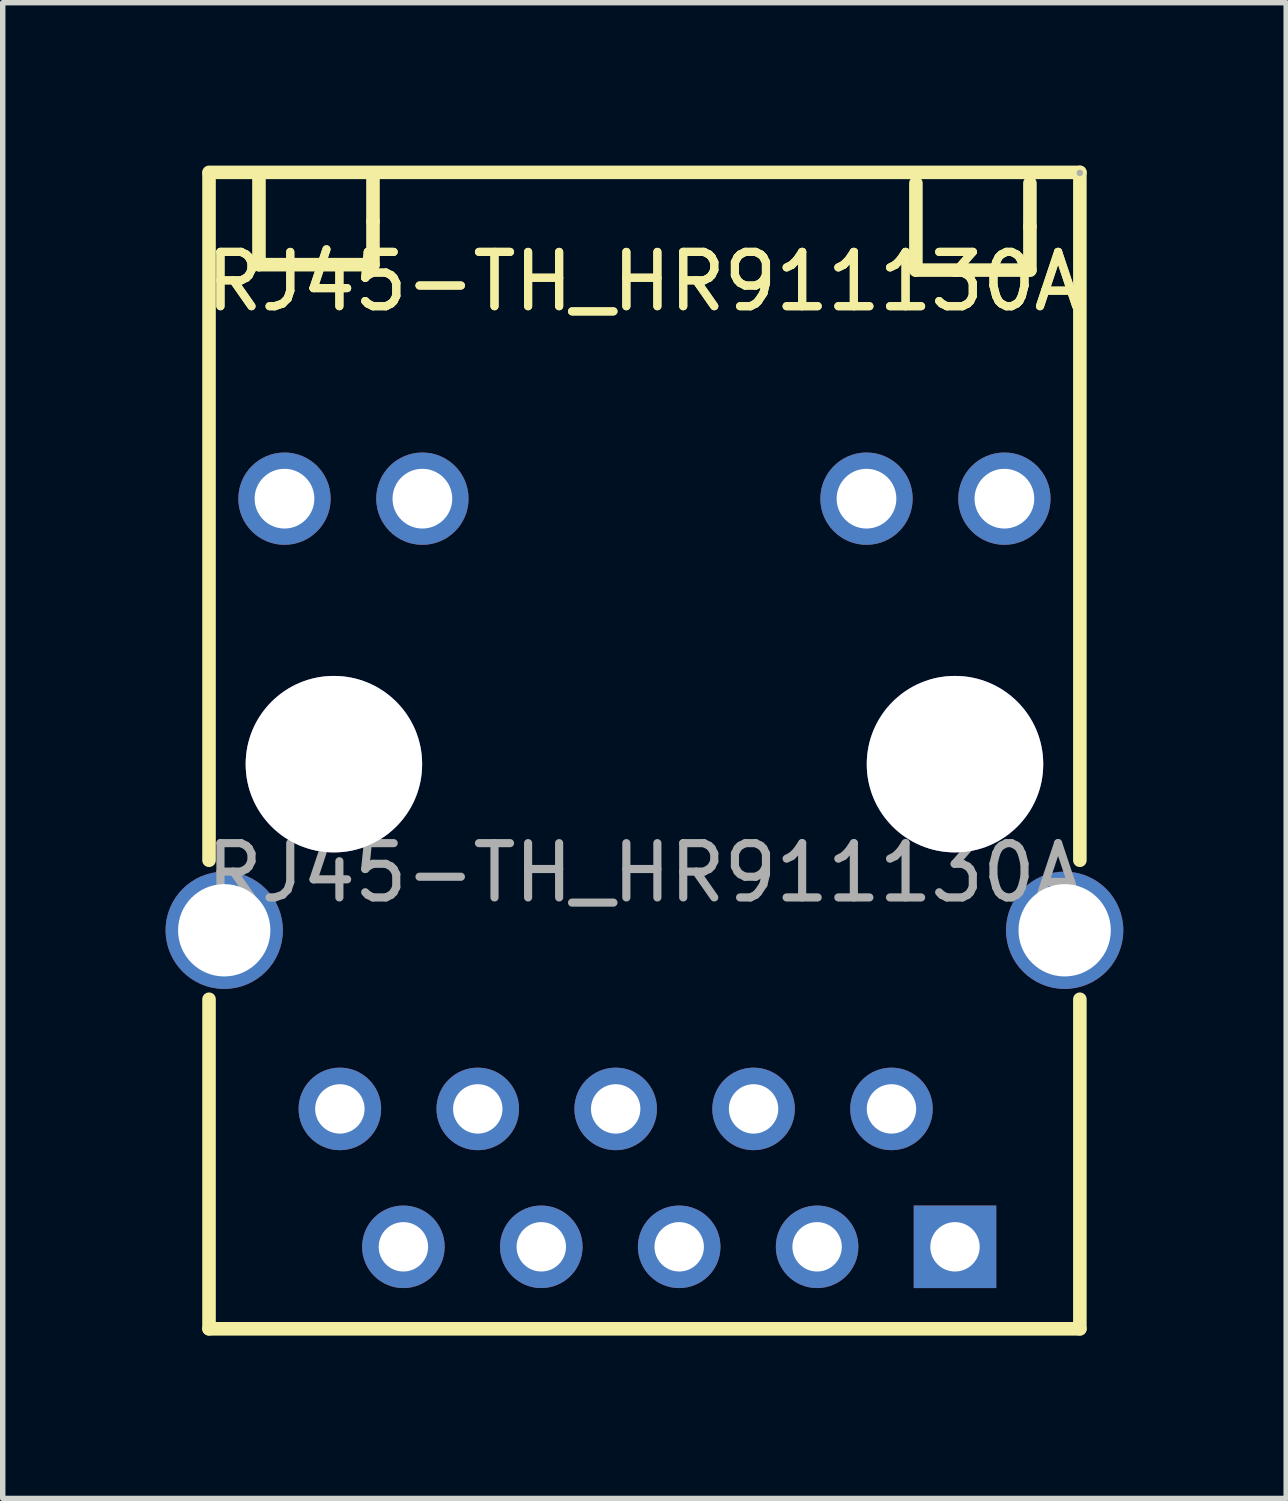
<source format=kicad_pcb>
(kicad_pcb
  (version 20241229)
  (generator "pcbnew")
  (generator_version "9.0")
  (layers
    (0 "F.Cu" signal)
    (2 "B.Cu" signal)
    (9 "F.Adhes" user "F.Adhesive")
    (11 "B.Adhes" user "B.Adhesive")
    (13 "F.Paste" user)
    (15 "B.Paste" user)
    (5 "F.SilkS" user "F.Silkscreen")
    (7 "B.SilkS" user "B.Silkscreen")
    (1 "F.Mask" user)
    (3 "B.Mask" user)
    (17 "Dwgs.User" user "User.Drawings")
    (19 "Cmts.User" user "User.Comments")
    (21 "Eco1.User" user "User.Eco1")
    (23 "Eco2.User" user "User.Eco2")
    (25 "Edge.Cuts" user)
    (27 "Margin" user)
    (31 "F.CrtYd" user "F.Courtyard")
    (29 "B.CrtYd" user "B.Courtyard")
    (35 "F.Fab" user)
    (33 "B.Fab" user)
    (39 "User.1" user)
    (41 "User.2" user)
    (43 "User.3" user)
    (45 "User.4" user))
  (footprint "RJ45-TH_HR911130A"
    (layer "F.Cu")
    (at 8.82 13.025)
    (property "Reference" "RJ45-TH_HR911130A" (at 0 -10.89 0) (layer "F.SilkS") (effects (font (size 1 1) (thickness 0.15))))
    (attr through_hole)
    (fp_line (start -8.02 -12.9) (end 8.02 -12.9) (stroke (width 0.25) (type solid)) (layer "F.SilkS"))
    (fp_line (start -8.02 -0.23) (end -8.02 -12.88) (stroke (width 0.25) (type solid)) (layer "F.SilkS"))
    (fp_line (start -8.02 8.4) (end -8.02 2.33) (stroke (width 0.25) (type solid)) (layer "F.SilkS"))
    (fp_line (start -7.1 -12.8) (end -7.1 -11.2) (stroke (width 0.25) (type solid)) (layer "F.SilkS"))
    (fp_line (start -7.1 -11.2) (end -5 -11.2) (stroke (width 0.25) (type solid)) (layer "F.SilkS"))
    (fp_line (start -5 -12) (end -5 -12.8) (stroke (width 0.25) (type solid)) (layer "F.SilkS"))
    (fp_line (start -5 -11.2) (end -5 -12) (stroke (width 0.25) (type solid)) (layer "F.SilkS"))
    (fp_line (start 5 -12.7) (end 5 -11.1) (stroke (width 0.25) (type solid)) (layer "F.SilkS"))
    (fp_line (start 5 -11.1) (end 7.1 -11.1) (stroke (width 0.25) (type solid)) (layer "F.SilkS"))
    (fp_line (start 7.1 -11.9) (end 7.1 -12.7) (stroke (width 0.25) (type solid)) (layer "F.SilkS"))
    (fp_line (start 7.1 -11.1) (end 7.1 -11.9) (stroke (width 0.25) (type solid)) (layer "F.SilkS"))
    (fp_line (start 8.02 -12.9) (end 8.02 -0.23) (stroke (width 0.25) (type solid)) (layer "F.SilkS"))
    (fp_line (start 8.02 2.33) (end 8.02 8.4) (stroke (width 0.25) (type solid)) (layer "F.SilkS"))
    (fp_line (start 8.02 8.4) (end -8.02 8.4) (stroke (width 0.25) (type solid)) (layer "F.SilkS"))
    (fp_circle (center -5.7 -2) (end -4.95 -2) (stroke (width 1.5) (type solid)) (fill no) (layer "Cmts.User"))
    (fp_circle (center 5.7 -2) (end 6.45 -2) (stroke (width 1.5) (type solid)) (fill no) (layer "Cmts.User"))
    (fp_circle (center 8.02 -12.89) (end 8.05 -12.89) (stroke (width 0.06) (type solid)) (fill no) (layer "F.Fab"))
    (fp_text user "${REFERENCE}" (at 0 -10.89 0) (layer "F.SilkS") (effects (font (size 1 1) (thickness 0.15))))
    (fp_text user "${REFERENCE}" (at 0 0 0) (layer "F.Fab") (effects (font (size 1 1) (thickness 0.15))))
    (pad "" thru_hole circle (at -5.72 -2) (size 3.25 3.25) (drill 3.25) (layers "*.Cu" "*.Mask"))
    (pad "" thru_hole circle (at 5.72 -2) (size 3.25 3.25) (drill 3.25) (layers "*.Cu" "*.Mask"))
    (pad "11" thru_hole circle (at 6.63 -6.89 180) (size 1.7 1.7) (drill 1.1) (layers "*.Cu" "*.Mask"))
    (pad "12" thru_hole circle (at 4.09 -6.89 180) (size 1.7 1.7) (drill 1.1) (layers "*.Cu" "*.Mask"))
    (pad "13" thru_hole circle (at -4.09 -6.89 180) (size 1.7 1.7) (drill 1.1) (layers "*.Cu" "*.Mask"))
    (pad "14" thru_hole circle (at -6.63 -6.89 180) (size 1.7 1.7) (drill 1.1) (layers "*.Cu" "*.Mask"))
    (pad "P1" thru_hole rect (at 5.72 6.89 180) (size 1.52 1.52) (drill 0.91) (layers "*.Cu" "*.Mask"))
    (pad "P2" thru_hole circle (at 4.55 4.35 180) (size 1.52 1.52) (drill 0.91) (layers "*.Cu" "*.Mask"))
    (pad "P3" thru_hole circle (at 3.18 6.89 180) (size 1.52 1.52) (drill 0.91) (layers "*.Cu" "*.Mask"))
    (pad "P4" thru_hole circle (at 2.01 4.35 180) (size 1.52 1.52) (drill 0.91) (layers "*.Cu" "*.Mask"))
    (pad "P5" thru_hole circle (at 0.64 6.89 180) (size 1.52 1.52) (drill 0.91) (layers "*.Cu" "*.Mask"))
    (pad "P6" thru_hole circle (at -0.53 4.35 180) (size 1.52 1.52) (drill 0.91) (layers "*.Cu" "*.Mask"))
    (pad "P7" thru_hole circle (at -1.9 6.89 180) (size 1.52 1.52) (drill 0.91) (layers "*.Cu" "*.Mask"))
    (pad "P8" thru_hole circle (at -3.07 4.35 180) (size 1.52 1.52) (drill 0.91) (layers "*.Cu" "*.Mask"))
    (pad "P9" thru_hole circle (at -4.44 6.89 180) (size 1.52 1.52) (drill 0.91) (layers "*.Cu" "*.Mask"))
    (pad "P10" thru_hole circle (at -5.61 4.35 180) (size 1.52 1.52) (drill 0.91) (layers "*.Cu" "*.Mask"))
    (pad "SHIELD0" thru_hole circle (at -7.74 1.06 180) (size 2.16 2.16) (drill 1.7) (layers "*.Cu" "*.Mask"))
    (pad "SHIELD1" thru_hole circle (at 7.74 1.06 180) (size 2.16 2.16) (drill 1.7) (layers "*.Cu" "*.Mask")))
  (gr_rect
    (start -3 -3)
    (end 20.64 24.55)
    (stroke (width 0.1) (type default))
    (fill no)
    (layer "Edge.Cuts")))
</source>
